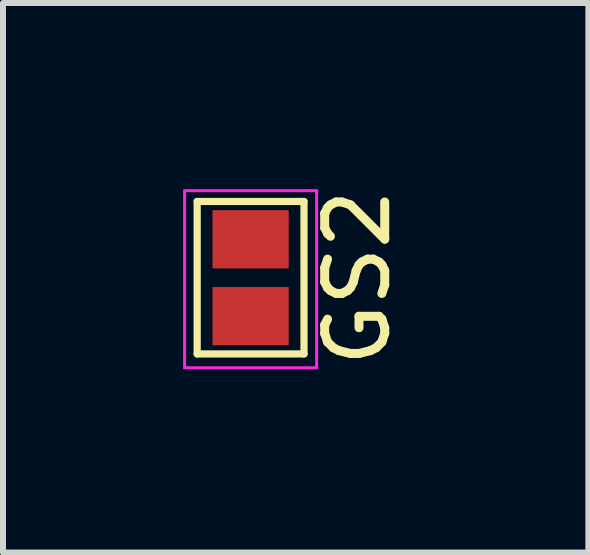
<source format=kicad_pcb>
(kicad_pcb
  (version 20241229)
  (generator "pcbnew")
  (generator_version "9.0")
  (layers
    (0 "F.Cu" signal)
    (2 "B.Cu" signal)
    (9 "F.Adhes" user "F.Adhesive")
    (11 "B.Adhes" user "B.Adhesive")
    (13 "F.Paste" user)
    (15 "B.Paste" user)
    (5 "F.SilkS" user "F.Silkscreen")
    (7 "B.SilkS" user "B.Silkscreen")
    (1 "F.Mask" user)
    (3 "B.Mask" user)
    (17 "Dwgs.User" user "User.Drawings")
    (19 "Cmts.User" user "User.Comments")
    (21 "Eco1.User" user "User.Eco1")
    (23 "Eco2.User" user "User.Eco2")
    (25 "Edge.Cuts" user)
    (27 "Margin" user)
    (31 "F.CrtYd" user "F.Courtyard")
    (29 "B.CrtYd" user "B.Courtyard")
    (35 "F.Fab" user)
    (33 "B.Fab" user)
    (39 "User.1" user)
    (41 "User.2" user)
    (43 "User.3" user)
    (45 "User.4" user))
  (footprint "GS2"
    (layer "F.Cu")
    (at 1.125 1.577)
    (property "Reference" "GS2" (at 1.78 0 90) (layer "F.SilkS") (effects (font (size 1 1) (thickness 0.15))))
    (attr smd)
    (fp_line (start -0.89 -1.27) (end -0.89 1.27) (stroke (width 0.12) (type solid)) (layer "F.SilkS"))
    (fp_line (start -0.89 -1.27) (end 0.89 -1.27) (stroke (width 0.12) (type solid)) (layer "F.SilkS"))
    (fp_line (start 0.89 1.27) (end -0.89 1.27) (stroke (width 0.12) (type solid)) (layer "F.SilkS"))
    (fp_line (start 0.89 1.27) (end 0.89 -1.27) (stroke (width 0.12) (type solid)) (layer "F.SilkS"))
    (fp_line (start -1.1 -1.45) (end 1.1 -1.45) (stroke (width 0.05) (type solid)) (layer "F.CrtYd"))
    (fp_line (start -1.1 1.5) (end -1.1 -1.45) (stroke (width 0.05) (type solid)) (layer "F.CrtYd"))
    (fp_line (start 1.1 -1.45) (end 1.1 1.5) (stroke (width 0.05) (type solid)) (layer "F.CrtYd"))
    (fp_line (start 1.1 1.5) (end -1.1 1.5) (stroke (width 0.05) (type solid)) (layer "F.CrtYd"))
    (pad "1" smd rect (at 0 -0.64) (size 1.27 0.97) (layers "F.Cu" "F.Mask" "F.Paste"))
    (pad "2" smd rect (at 0 0.64) (size 1.27 0.97) (layers "F.Cu" "F.Mask" "F.Paste")))
  (gr_rect
    (start -3 -3)
    (end 6.753 6.155)
    (stroke (width 0.1) (type default))
    (fill no)
    (layer "Edge.Cuts")))
</source>
